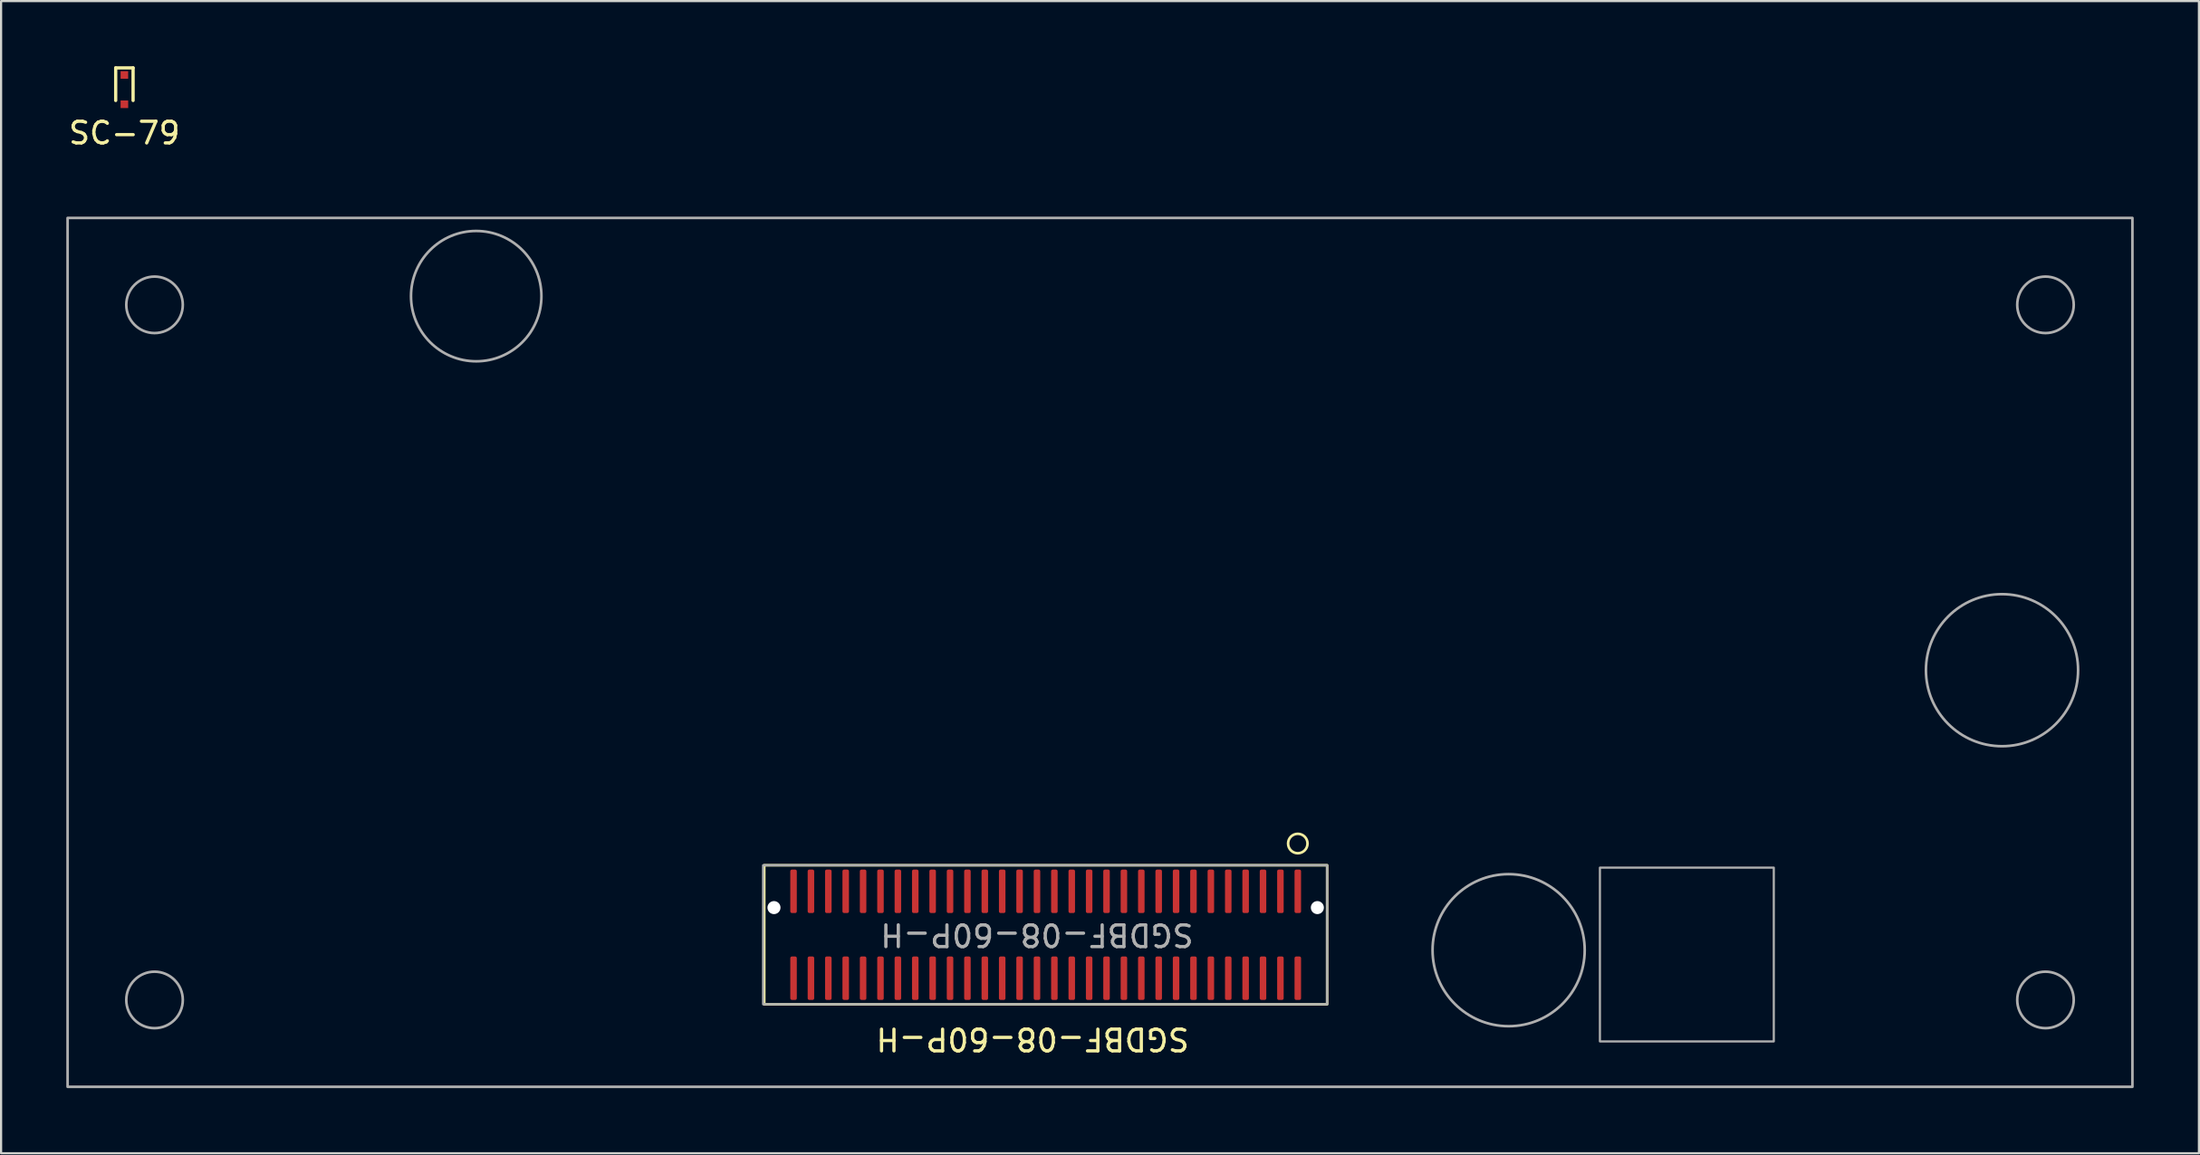
<source format=kicad_pcb>
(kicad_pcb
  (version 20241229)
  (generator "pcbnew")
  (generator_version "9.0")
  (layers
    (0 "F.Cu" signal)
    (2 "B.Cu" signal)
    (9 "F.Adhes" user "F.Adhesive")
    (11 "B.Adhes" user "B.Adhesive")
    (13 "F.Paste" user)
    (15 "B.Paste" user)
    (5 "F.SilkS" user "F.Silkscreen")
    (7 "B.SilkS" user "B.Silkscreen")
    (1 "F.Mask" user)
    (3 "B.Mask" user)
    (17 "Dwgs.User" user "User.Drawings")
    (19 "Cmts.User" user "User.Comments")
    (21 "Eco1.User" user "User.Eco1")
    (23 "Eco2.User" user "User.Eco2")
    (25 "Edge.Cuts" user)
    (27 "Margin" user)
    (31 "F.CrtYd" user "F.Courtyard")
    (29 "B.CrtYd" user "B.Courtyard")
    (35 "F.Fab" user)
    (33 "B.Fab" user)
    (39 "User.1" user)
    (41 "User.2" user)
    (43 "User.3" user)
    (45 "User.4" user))
  (footprint "SGDBF-08-60P-H"
    (layer "F.Cu")
    (at 45.06 39.983)
    (property "Reference" "SGDBF-08-60P-H" (at -0.6 4.8 180) (unlocked yes) (layer "F.SilkS") (effects (font (size 1 1) (thickness 0.15))))
    (attr smd)
    (fp_rect (start 12.95 3.2) (end -12.95 -3.2) (stroke (width 0.12) (type solid)) (fill no) (layer "F.SilkS"))
    (fp_circle (center 11.6 -4.2) (end 11.2 -4.4) (stroke (width 0.12) (type solid)) (fill no) (layer "F.SilkS"))
    (fp_rect (start -45 -33) (end 50 7) (stroke (width 0.12) (type solid)) (fill no) (layer "F.Fab"))
    (fp_rect (start 12.95 3.2) (end -13 -3.2) (stroke (width 0.1) (type solid)) (fill no) (layer "F.Fab"))
    (fp_rect (start 25.5 -3.09) (end 33.5 4.91) (stroke (width 0.1) (type solid)) (fill no) (layer "F.Fab"))
    (fp_circle (center -41 -29) (end -39.7 -29) (stroke (width 0.12) (type solid)) (fill no) (layer "F.Fab"))
    (fp_circle (center -41 3) (end -39.7 3) (stroke (width 0.12) (type solid)) (fill no) (layer "F.Fab"))
    (fp_circle (center -26.2 -29.4) (end -23.2 -29.4) (stroke (width 0.12) (type solid)) (fill no) (layer "F.Fab"))
    (fp_circle (center 21.3 0.71) (end 24.8 0.71) (stroke (width 0.12) (type solid)) (fill no) (layer "F.Fab"))
    (fp_circle (center 44 -12.18) (end 47.5 -12.18) (stroke (width 0.12) (type solid)) (fill no) (layer "F.Fab"))
    (fp_circle (center 46 -29) (end 47.3 -29) (stroke (width 0.12) (type solid)) (fill no) (layer "F.Fab"))
    (fp_circle (center 46 3) (end 47.3 3) (stroke (width 0.12) (type solid)) (fill no) (layer "F.Fab"))
    (fp_text user "${REFERENCE}" (at -0.4 0 180) (unlocked yes) (layer "F.Fab") (effects (font (size 1 1) (thickness 0.15))))
    (pad "" np_thru_hole circle (at -12.5 -1.25 180) (size 0.6 0.6) (drill 0.6) (layers "*.Cu" "*.Mask"))
    (pad "" np_thru_hole circle (at 12.5 -1.25 180) (size 0.6 0.6) (drill 0.6) (layers "*.Cu" "*.Mask"))
    (pad "1" smd roundrect (at 11.6 -2 180) (size 0.3 2) (layers "F.Cu" "F.Mask" "F.Paste") (roundrect_rratio 0.25))
    (pad "2" smd roundrect (at 11.6 2 180) (size 0.3 2) (layers "F.Cu" "F.Mask" "F.Paste") (roundrect_rratio 0.25))
    (pad "3" smd roundrect (at 10.8 -2 180) (size 0.3 2) (layers "F.Cu" "F.Mask" "F.Paste") (roundrect_rratio 0.25))
    (pad "4" smd roundrect (at 10.8 2 180) (size 0.3 2) (layers "F.Cu" "F.Mask" "F.Paste") (roundrect_rratio 0.25))
    (pad "5" smd roundrect (at 10 -2 180) (size 0.3 2) (layers "F.Cu" "F.Mask" "F.Paste") (roundrect_rratio 0.25))
    (pad "6" smd roundrect (at 10 2 180) (size 0.3 2) (layers "F.Cu" "F.Mask" "F.Paste") (roundrect_rratio 0.25))
    (pad "7" smd roundrect (at 9.2 -2 180) (size 0.3 2) (layers "F.Cu" "F.Mask" "F.Paste") (roundrect_rratio 0.25))
    (pad "8" smd roundrect (at 9.2 2 180) (size 0.3 2) (layers "F.Cu" "F.Mask" "F.Paste") (roundrect_rratio 0.25))
    (pad "9" smd roundrect (at 8.4 -2 180) (size 0.3 2) (layers "F.Cu" "F.Mask" "F.Paste") (roundrect_rratio 0.25))
    (pad "10" smd roundrect (at 8.4 2 180) (size 0.3 2) (layers "F.Cu" "F.Mask" "F.Paste") (roundrect_rratio 0.25))
    (pad "11" smd roundrect (at 7.6 -2 180) (size 0.3 2) (layers "F.Cu" "F.Mask" "F.Paste") (roundrect_rratio 0.25))
    (pad "12" smd roundrect (at 7.6 2 180) (size 0.3 2) (layers "F.Cu" "F.Mask" "F.Paste") (roundrect_rratio 0.25))
    (pad "13" smd roundrect (at 6.8 -2 180) (size 0.3 2) (layers "F.Cu" "F.Mask" "F.Paste") (roundrect_rratio 0.25))
    (pad "14" smd roundrect (at 6.8 2 180) (size 0.3 2) (layers "F.Cu" "F.Mask" "F.Paste") (roundrect_rratio 0.25))
    (pad "15" smd roundrect (at 6 -2 180) (size 0.3 2) (layers "F.Cu" "F.Mask" "F.Paste") (roundrect_rratio 0.25))
    (pad "16" smd roundrect (at 5.2 2 180) (size 0.3 2) (layers "F.Cu" "F.Mask" "F.Paste") (roundrect_rratio 0.25))
    (pad "17" smd roundrect (at 5.2 -2 180) (size 0.3 2) (layers "F.Cu" "F.Mask" "F.Paste") (roundrect_rratio 0.25))
    (pad "18" smd roundrect (at 6 2 180) (size 0.3 2) (layers "F.Cu" "F.Mask" "F.Paste") (roundrect_rratio 0.25))
    (pad "19" smd roundrect (at 4.4 -2 180) (size 0.3 2) (layers "F.Cu" "F.Mask" "F.Paste") (roundrect_rratio 0.25))
    (pad "20" smd roundrect (at 4.4 2 180) (size 0.3 2) (layers "F.Cu" "F.Mask" "F.Paste") (roundrect_rratio 0.25))
    (pad "21" smd roundrect (at 3.6 -2 180) (size 0.3 2) (layers "F.Cu" "F.Mask" "F.Paste") (roundrect_rratio 0.25))
    (pad "22" smd roundrect (at 3.6 2 180) (size 0.3 2) (layers "F.Cu" "F.Mask" "F.Paste") (roundrect_rratio 0.25))
    (pad "23" smd roundrect (at 2.8 -2 180) (size 0.3 2) (layers "F.Cu" "F.Mask" "F.Paste") (roundrect_rratio 0.25))
    (pad "24" smd roundrect (at 2.8 2 180) (size 0.3 2) (layers "F.Cu" "F.Mask" "F.Paste") (roundrect_rratio 0.25))
    (pad "25" smd roundrect (at 2 -2 180) (size 0.3 2) (layers "F.Cu" "F.Mask" "F.Paste") (roundrect_rratio 0.25))
    (pad "26" smd roundrect (at 2 2 180) (size 0.3 2) (layers "F.Cu" "F.Mask" "F.Paste") (roundrect_rratio 0.25))
    (pad "27" smd roundrect (at 1.2 -2 180) (size 0.3 2) (layers "F.Cu" "F.Mask" "F.Paste") (roundrect_rratio 0.25))
    (pad "28" smd roundrect (at 1.2 2 180) (size 0.3 2) (layers "F.Cu" "F.Mask" "F.Paste") (roundrect_rratio 0.25))
    (pad "29" smd roundrect (at 0.4 -2 180) (size 0.3 2) (layers "F.Cu" "F.Mask" "F.Paste") (roundrect_rratio 0.25))
    (pad "30" smd roundrect (at 0.4 2 180) (size 0.3 2) (layers "F.Cu" "F.Mask" "F.Paste") (roundrect_rratio 0.25))
    (pad "31" smd roundrect (at -0.4 -2 180) (size 0.3 2) (layers "F.Cu" "F.Mask" "F.Paste") (roundrect_rratio 0.25))
    (pad "32" smd roundrect (at -0.4 2 180) (size 0.3 2) (layers "F.Cu" "F.Mask" "F.Paste") (roundrect_rratio 0.25))
    (pad "33" smd roundrect (at -1.2 -2 180) (size 0.3 2) (layers "F.Cu" "F.Mask" "F.Paste") (roundrect_rratio 0.25))
    (pad "34" smd roundrect (at -1.2 2 180) (size 0.3 2) (layers "F.Cu" "F.Mask" "F.Paste") (roundrect_rratio 0.25))
    (pad "35" smd roundrect (at -2 -2 180) (size 0.3 2) (layers "F.Cu" "F.Mask" "F.Paste") (roundrect_rratio 0.25))
    (pad "36" smd roundrect (at -2 2 180) (size 0.3 2) (layers "F.Cu" "F.Mask" "F.Paste") (roundrect_rratio 0.25))
    (pad "37" smd roundrect (at -2.8 -2 180) (size 0.3 2) (layers "F.Cu" "F.Mask" "F.Paste") (roundrect_rratio 0.25))
    (pad "38" smd roundrect (at -2.8 2 180) (size 0.3 2) (layers "F.Cu" "F.Mask" "F.Paste") (roundrect_rratio 0.25))
    (pad "39" smd roundrect (at -3.6 -2 180) (size 0.3 2) (layers "F.Cu" "F.Mask" "F.Paste") (roundrect_rratio 0.25))
    (pad "40" smd roundrect (at -3.6 2 180) (size 0.3 2) (layers "F.Cu" "F.Mask" "F.Paste") (roundrect_rratio 0.25))
    (pad "41" smd roundrect (at -4.4 -2 180) (size 0.3 2) (layers "F.Cu" "F.Mask" "F.Paste") (roundrect_rratio 0.25))
    (pad "42" smd roundrect (at -4.4 2 180) (size 0.3 2) (layers "F.Cu" "F.Mask" "F.Paste") (roundrect_rratio 0.25))
    (pad "43" smd roundrect (at -5.2 -2 180) (size 0.3 2) (layers "F.Cu" "F.Mask" "F.Paste") (roundrect_rratio 0.25))
    (pad "44" smd roundrect (at -5.2 2 180) (size 0.3 2) (layers "F.Cu" "F.Mask" "F.Paste") (roundrect_rratio 0.25))
    (pad "45" smd roundrect (at -6 -2 180) (size 0.3 2) (layers "F.Cu" "F.Mask" "F.Paste") (roundrect_rratio 0.25))
    (pad "46" smd roundrect (at -6 2 180) (size 0.3 2) (layers "F.Cu" "F.Mask" "F.Paste") (roundrect_rratio 0.25))
    (pad "47" smd roundrect (at -6.8 -2 180) (size 0.3 2) (layers "F.Cu" "F.Mask" "F.Paste") (roundrect_rratio 0.25))
    (pad "48" smd roundrect (at -6.8 2 180) (size 0.3 2) (layers "F.Cu" "F.Mask" "F.Paste") (roundrect_rratio 0.25))
    (pad "49" smd roundrect (at -7.6 -2 180) (size 0.3 2) (layers "F.Cu" "F.Mask" "F.Paste") (roundrect_rratio 0.25))
    (pad "50" smd roundrect (at -7.6 2 180) (size 0.3 2) (layers "F.Cu" "F.Mask" "F.Paste") (roundrect_rratio 0.25))
    (pad "51" smd roundrect (at -8.4 -2 180) (size 0.3 2) (layers "F.Cu" "F.Mask" "F.Paste") (roundrect_rratio 0.25))
    (pad "52" smd roundrect (at -8.4 2 180) (size 0.3 2) (layers "F.Cu" "F.Mask" "F.Paste") (roundrect_rratio 0.25))
    (pad "53" smd roundrect (at -9.2 -2 180) (size 0.3 2) (layers "F.Cu" "F.Mask" "F.Paste") (roundrect_rratio 0.25))
    (pad "54" smd roundrect (at -9.2 2 180) (size 0.3 2) (layers "F.Cu" "F.Mask" "F.Paste") (roundrect_rratio 0.25))
    (pad "55" smd roundrect (at -10 -2 180) (size 0.3 2) (layers "F.Cu" "F.Mask" "F.Paste") (roundrect_rratio 0.25))
    (pad "56" smd roundrect (at -10 2 180) (size 0.3 2) (layers "F.Cu" "F.Mask" "F.Paste") (roundrect_rratio 0.25))
    (pad "57" smd roundrect (at -10.8 -2 180) (size 0.3 2) (layers "F.Cu" "F.Mask" "F.Paste") (roundrect_rratio 0.25))
    (pad "58" smd roundrect (at -10.8 2 180) (size 0.3 2) (layers "F.Cu" "F.Mask" "F.Paste") (roundrect_rratio 0.25))
    (pad "59" smd roundrect (at -11.6 -2 180) (size 0.3 2) (layers "F.Cu" "F.Mask" "F.Paste") (roundrect_rratio 0.25))
    (pad "60" smd roundrect (at -11.6 2 180) (size 0.3 2) (layers "F.Cu" "F.Mask" "F.Paste") (roundrect_rratio 0.25)))
  (footprint "SC-79"
    (layer "F.Cu")
    (at 2.673 1.075)
    (property "Reference" "SC-79" (at 0 2 0) (layer "F.SilkS") (effects (font (size 1 1) (thickness 0.15))))
    (attr through_hole)
    (fp_line (start -0.4 -1) (end -0.4 0.5) (stroke (width 0.15) (type solid)) (layer "F.SilkS"))
    (fp_line (start 0.4 -1) (end -0.4 -1) (stroke (width 0.15) (type solid)) (layer "F.SilkS"))
    (fp_line (start 0.4 0.5) (end 0.4 -1) (stroke (width 0.15) (type solid)) (layer "F.SilkS"))
    (pad "1" smd rect (at 0 -0.675) (size 0.35 0.35) (layers "F.Cu" "F.Mask" "F.Paste"))
    (pad "2" smd rect (at 0 0.675) (size 0.35 0.35) (layers "F.Cu" "F.Mask" "F.Paste")))
  (gr_rect
    (start -3 -3)
    (end 98.12 50.043)
    (stroke (width 0.1) (type default))
    (fill no)
    (layer "Edge.Cuts")))
</source>
